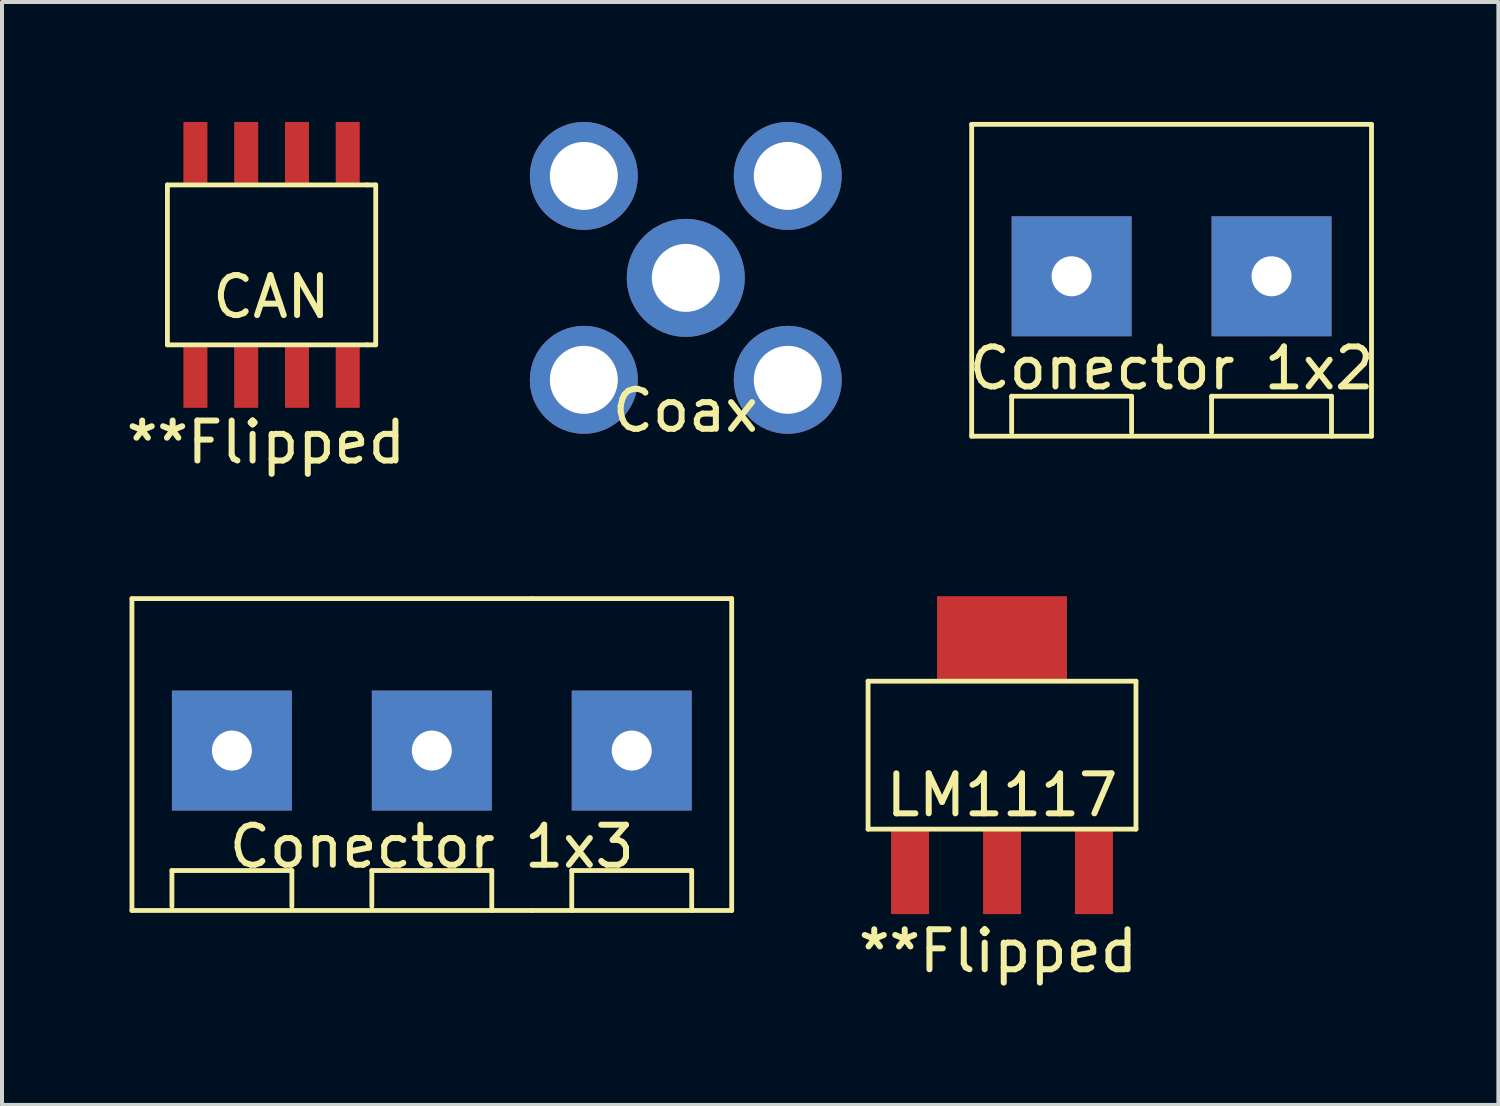
<source format=kicad_pcb>
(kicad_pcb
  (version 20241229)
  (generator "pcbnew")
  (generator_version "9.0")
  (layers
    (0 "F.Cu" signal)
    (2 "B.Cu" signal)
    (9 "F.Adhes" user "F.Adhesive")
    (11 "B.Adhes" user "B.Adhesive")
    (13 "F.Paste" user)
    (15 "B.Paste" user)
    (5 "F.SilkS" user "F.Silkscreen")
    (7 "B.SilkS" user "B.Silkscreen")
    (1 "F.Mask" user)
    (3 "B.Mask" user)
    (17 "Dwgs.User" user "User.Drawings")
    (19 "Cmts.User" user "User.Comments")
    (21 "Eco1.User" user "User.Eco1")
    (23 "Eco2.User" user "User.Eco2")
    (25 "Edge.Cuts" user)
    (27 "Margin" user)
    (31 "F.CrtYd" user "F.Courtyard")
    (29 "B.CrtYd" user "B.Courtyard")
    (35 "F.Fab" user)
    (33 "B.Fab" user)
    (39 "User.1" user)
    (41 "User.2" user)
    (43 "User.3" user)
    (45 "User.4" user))
  (footprint "Conector 1x3"
    (layer "F.Cu")
    (at 0.25 19.722)
    (property "Reference" "Conector 1x3" (at 7.5 -1.6 0) (layer "F.SilkS") (effects (font (size 1 1) (thickness 0.15))))
    (attr through_hole)
    (fp_line (start 0 -7.8) (end 0 0) (stroke (width 0.12) (type solid)) (layer "F.SilkS"))
    (fp_line (start 0 0) (end 10 0) (stroke (width 0.12) (type solid)) (layer "F.SilkS"))
    (fp_line (start 1 -1) (end 4 -1) (stroke (width 0.12) (type solid)) (layer "F.SilkS"))
    (fp_line (start 1 -0.1) (end 1 -1) (stroke (width 0.12) (type solid)) (layer "F.SilkS"))
    (fp_line (start 4 -1) (end 4 -0.1) (stroke (width 0.12) (type solid)) (layer "F.SilkS"))
    (fp_line (start 6 -1) (end 9 -1) (stroke (width 0.12) (type solid)) (layer "F.SilkS"))
    (fp_line (start 6 -0.1) (end 6 -1) (stroke (width 0.12) (type solid)) (layer "F.SilkS"))
    (fp_line (start 9 -1) (end 9 0) (stroke (width 0.12) (type solid)) (layer "F.SilkS"))
    (fp_line (start 10 -7.8) (end 0 -7.8) (stroke (width 0.12) (type solid)) (layer "F.SilkS"))
    (fp_line (start 10 0) (end 15 0) (stroke (width 0.12) (type solid)) (layer "F.SilkS"))
    (fp_line (start 11 -1) (end 14 -1) (stroke (width 0.12) (type solid)) (layer "F.SilkS"))
    (fp_line (start 11 0) (end 11 -1) (stroke (width 0.12) (type solid)) (layer "F.SilkS"))
    (fp_line (start 14 -1) (end 14 0) (stroke (width 0.12) (type solid)) (layer "F.SilkS"))
    (fp_line (start 15 -7.8) (end 10 -7.8) (stroke (width 0.12) (type solid)) (layer "F.SilkS"))
    (fp_line (start 15 0) (end 15 -7.8) (stroke (width 0.12) (type solid)) (layer "F.SilkS"))
    (pad "1" thru_hole rect (at 2.5 -4) (size 3 3) (drill 1) (layers "*.Cu" "*.Mask"))
    (pad "2" thru_hole rect (at 7.5 -4) (size 3 3) (drill 1) (layers "*.Cu" "*.Mask"))
    (pad "3" thru_hole rect (at 12.5 -4) (size 3 3) (drill 1) (layers "*.Cu" "*.Mask")))
  (footprint "Coax"
    (layer "F.Cu")
    (at 11.552 6.45)
    (property "Reference" "Coax" (at 2.54 0.77 0) (layer "F.SilkS") (effects (font (size 1 1) (thickness 0.15))))
    (attr through_hole)
    (pad "1" thru_hole circle (at 2.55 -2.55) (size 2.95 2.95) (drill 1.7) (layers "*.Cu" "*.Mask"))
    (pad "2" thru_hole circle (at 0 -5.1) (size 2.7 2.7) (drill 1.7) (layers "*.Cu" "*.Mask"))
    (pad "2" thru_hole circle (at 0 0) (size 2.7 2.7) (drill 1.7) (layers "*.Cu" "*.Mask"))
    (pad "2" thru_hole circle (at 5.1 -5.1) (size 2.7 2.7) (drill 1.7) (layers "*.Cu" "*.Mask"))
    (pad "2" thru_hole circle (at 5.1 0) (size 2.7 2.7) (drill 1.7) (layers "*.Cu" "*.Mask")))
  (footprint "LM1117"
    (layer "F.Cu")
    (at 18.611 17.737)
    (property "Reference" "LM1117" (at 3.4 -0.9 0) (layer "F.SilkS") (effects (font (size 1 1) (thickness 0.15))))
    (attr through_hole)
    (fp_line (start 0.05 -3.75) (end 0.05 -0.05) (stroke (width 0.12) (type solid)) (layer "F.SilkS"))
    (fp_line (start 0.05 -0.05) (end 6.75 -0.05) (stroke (width 0.12) (type solid)) (layer "F.SilkS"))
    (fp_line (start 6.75 -3.75) (end 0.05 -3.75) (stroke (width 0.12) (type solid)) (layer "F.SilkS"))
    (fp_line (start 6.75 -0.05) (end 6.75 -3.75) (stroke (width 0.12) (type solid)) (layer "F.SilkS"))
    (fp_text user "**Flipped" (at 3.3 3 0) (layer "F.SilkS") (effects (font (size 1 1) (thickness 0.15))))
    (pad "1" smd rect (at 5.7 1) (size 0.95 2.15) (layers "F.Cu" "F.Mask" "F.Paste"))
    (pad "2" smd rect (at 3.4 1) (size 0.95 2.15) (layers "F.Cu" "F.Mask" "F.Paste"))
    (pad "3" smd rect (at 1.1 1) (size 0.95 2.15) (layers "F.Cu" "F.Mask" "F.Paste"))
    (pad "4" smd rect (at 3.4 -4.8) (size 3.25 2.15) (layers "F.Cu" "F.Mask" "F.Paste")))
  (footprint "CAN"
    (layer "F.Cu")
    (at 1.137 5.575)
    (property "Reference" "CAN" (at 2.6 -1.2 0) (layer "F.SilkS") (effects (font (size 1 1) (thickness 0.15))))
    (attr through_hole)
    (fp_line (start 0 -4) (end 0 0) (stroke (width 0.12) (type solid)) (layer "F.SilkS"))
    (fp_line (start 0 0) (end 5 0) (stroke (width 0.12) (type solid)) (layer "F.SilkS"))
    (fp_line (start 5 -4) (end 0 -4) (stroke (width 0.12) (type solid)) (layer "F.SilkS"))
    (fp_line (start 5 -4) (end 5.21 -4) (stroke (width 0.12) (type solid)) (layer "F.SilkS"))
    (fp_line (start 5 0) (end 5.21 0) (stroke (width 0.12) (type solid)) (layer "F.SilkS"))
    (fp_line (start 5.21 0) (end 5.21 -4) (stroke (width 0.12) (type solid)) (layer "F.SilkS"))
    (fp_text user "**Flipped" (at 2.464 2.438 0) (layer "F.SilkS") (effects (font (size 1 1) (thickness 0.15))))
    (pad "1" smd rect (at 0.7 -4.8) (size 0.6 1.55) (layers "F.Cu" "F.Mask" "F.Paste"))
    (pad "2" smd rect (at 1.97 -4.8) (size 0.6 1.55) (layers "F.Cu" "F.Mask" "F.Paste"))
    (pad "3" smd rect (at 3.24 -4.8) (size 0.6 1.55) (layers "F.Cu" "F.Mask" "F.Paste"))
    (pad "4" smd rect (at 4.51 -4.8) (size 0.6 1.55) (layers "F.Cu" "F.Mask" "F.Paste"))
    (pad "5" smd rect (at 4.51 0.8) (size 0.6 1.55) (layers "F.Cu" "F.Mask" "F.Paste"))
    (pad "6" smd rect (at 3.24 0.8) (size 0.6 1.55) (layers "F.Cu" "F.Mask" "F.Paste"))
    (pad "7" smd rect (at 1.97 0.8) (size 0.6 1.55) (layers "F.Cu" "F.Mask" "F.Paste"))
    (pad "8" smd rect (at 0.7 0.8) (size 0.6 1.55) (layers "F.Cu" "F.Mask" "F.Paste")))
  (footprint "Conector 1x2"
    (layer "F.Cu")
    (at 21.252 7.86)
    (property "Reference" "Conector 1x2" (at 5 -1.7 0) (layer "F.SilkS") (effects (font (size 1 1) (thickness 0.15))))
    (attr through_hole)
    (fp_line (start 0 -7.8) (end 0 0) (stroke (width 0.12) (type solid)) (layer "F.SilkS"))
    (fp_line (start 0 0) (end 10 0) (stroke (width 0.12) (type solid)) (layer "F.SilkS"))
    (fp_line (start 1 -1) (end 4 -1) (stroke (width 0.12) (type solid)) (layer "F.SilkS"))
    (fp_line (start 1 -0.1) (end 1 -1) (stroke (width 0.12) (type solid)) (layer "F.SilkS"))
    (fp_line (start 4 -1) (end 4 -0.1) (stroke (width 0.12) (type solid)) (layer "F.SilkS"))
    (fp_line (start 6 -1) (end 9 -1) (stroke (width 0.12) (type solid)) (layer "F.SilkS"))
    (fp_line (start 6 -0.1) (end 6 -1) (stroke (width 0.12) (type solid)) (layer "F.SilkS"))
    (fp_line (start 9 -1) (end 9 0) (stroke (width 0.12) (type solid)) (layer "F.SilkS"))
    (fp_line (start 10 -7.8) (end 0 -7.8) (stroke (width 0.12) (type solid)) (layer "F.SilkS"))
    (fp_line (start 10 0) (end 10 -7.8) (stroke (width 0.12) (type solid)) (layer "F.SilkS"))
    (pad "1" thru_hole rect (at 2.5 -4) (size 3 3) (drill 1) (layers "*.Cu" "*.Mask"))
    (pad "2" thru_hole rect (at 7.5 -4) (size 3 3) (drill 1) (layers "*.Cu" "*.Mask")))
  (gr_rect
    (start -3 -3)
    (end 34.425 24.585)
    (stroke (width 0.1) (type default))
    (fill no)
    (layer "Edge.Cuts")))
</source>
